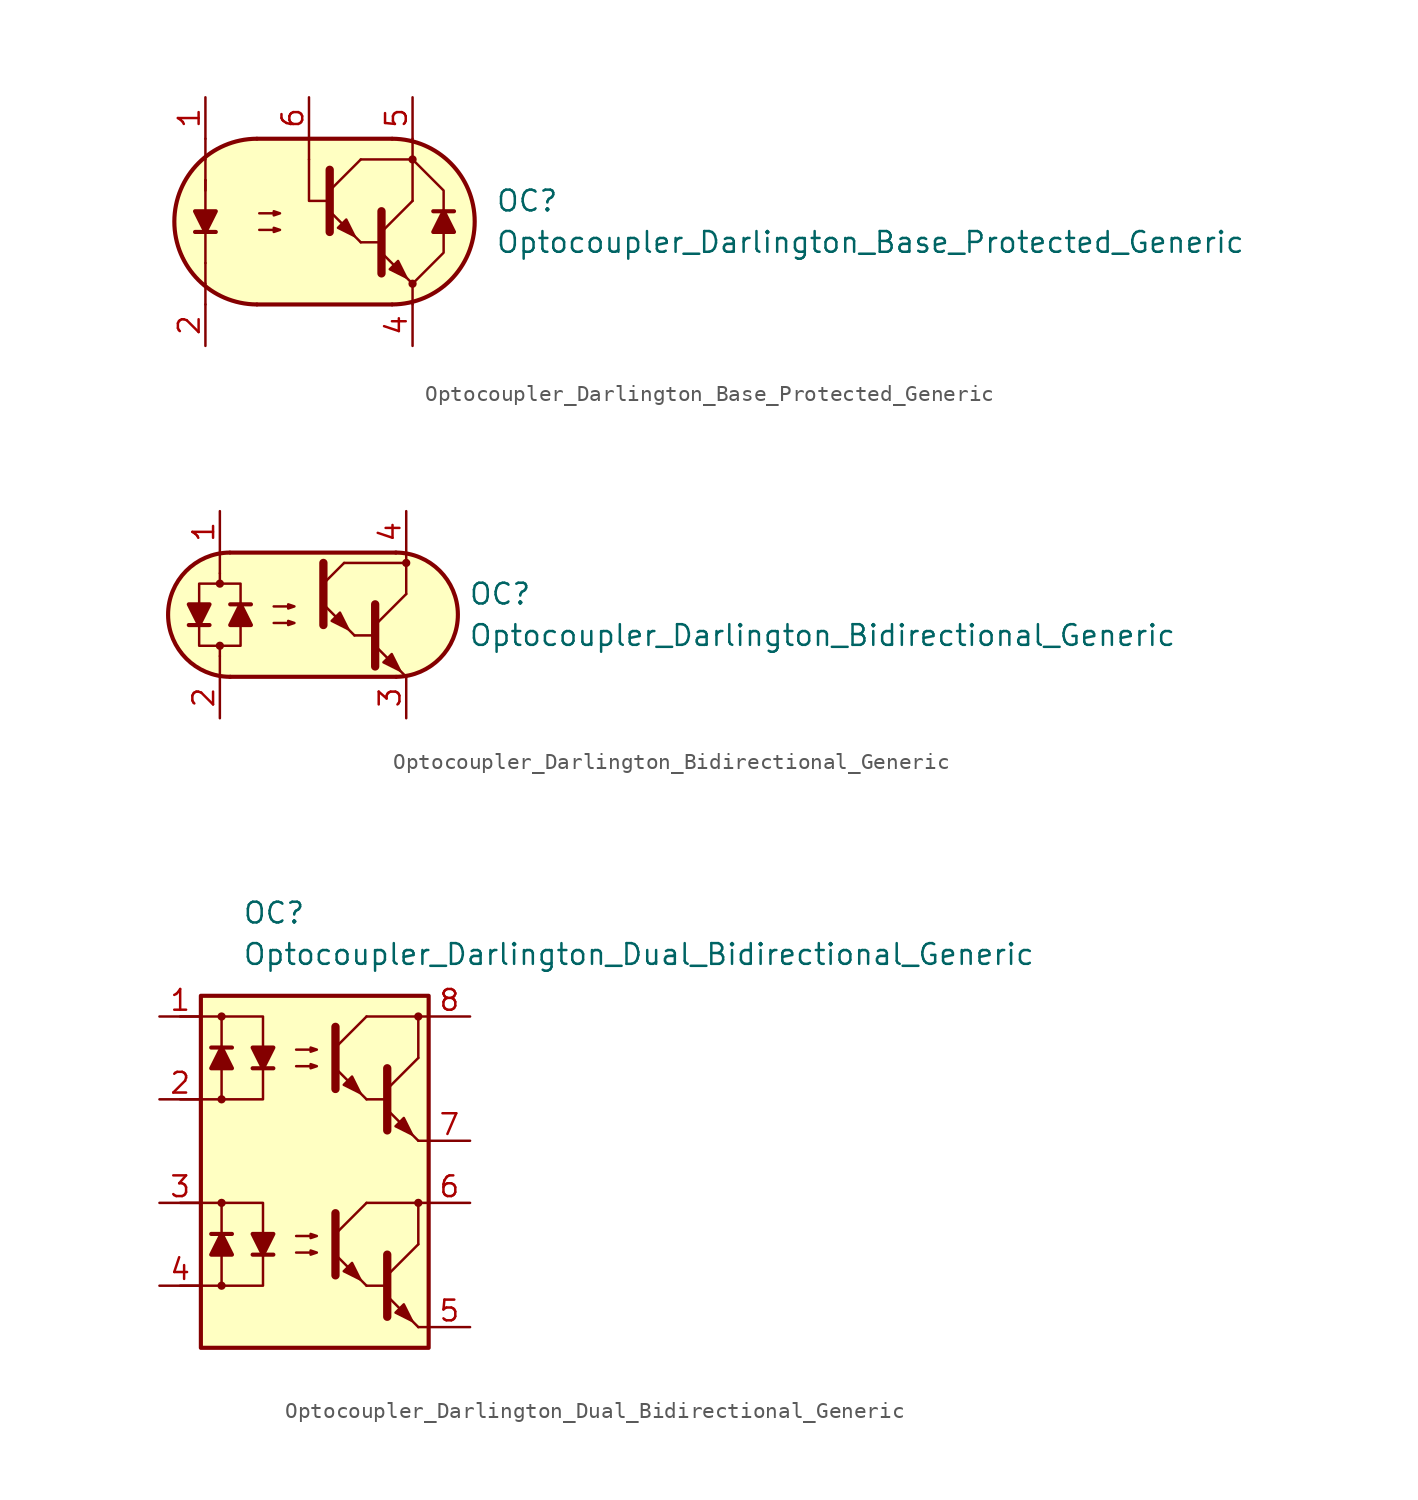
<source format=kicad_sym>
(kicad_symbol_lib
  (version 20211014)
  (generator kicad_symbol_editor)
  (symbol "Optocoupler_Darlington_Base_Protected_Generic"
    (pin_names
      (offset 1.016))
    (property "Reference" "OC"
      (at 10.16 1.27 0)
      (effects (font (size 1.27 1.27)) (justify left)))
    (property "Value" "Optocoupler_Darlington_Base_Protected_Generic"
      (at 10.16 -1.27 0)
      (effects (font (size 1.27 1.27)) (justify left)))
    (symbol "Optocoupler_Darlington_Base_Protected_Generic_0_1"
      (arc (start -4.4769 5.08) (mid -9.5251 0) (end -4.4769 -5.08) (stroke (width 0.254) (type default) (color 0 0 0 0)) (fill (type none)))
      (polyline (pts (xy -7.62 -3.81) (xy -7.62 -5.08)) (stroke (width 0.152) (type default) (color 0 0 0 0)) (fill (type none)))
      (polyline (pts (xy -7.62 -2.54) (xy -7.62 -3.81)) (stroke (width 0.152) (type default) (color 0 0 0 0)) (fill (type none)))
      (polyline (pts (xy -7.62 -2.54) (xy -7.62 2.54)) (stroke (width 0.152) (type default) (color 0 0 0 0)) (fill (type none)))
      (polyline (pts (xy -7.62 1.905) (xy -7.62 2.54)) (stroke (width 0.152) (type default) (color 0 0 0 0)) (fill (type none)))
      (polyline (pts (xy -7.62 2.54) (xy -7.62 3.81)) (stroke (width 0.152) (type default) (color 0 0 0 0)) (fill (type none)))
      (polyline (pts (xy -7.62 3.81) (xy -7.62 5.08)) (stroke (width 0.152) (type default) (color 0 0 0 0)) (fill (type none)))
      (polyline (pts (xy -4.445 -5.08) (xy 3.81 -5.08)) (stroke (width 0.254) (type default) (color 0 0 0 0)) (fill (type none)))
      (polyline (pts (xy -1.27 3.81) (xy -1.27 5.08)) (stroke (width 0.152) (type default) (color 0 0 0 0)) (fill (type none)))
      (polyline (pts (xy 1.905 -1.27) (xy 3.175 -1.27)) (stroke (width 0) (type default) (color 0 0 0 0)) (fill (type none)))
      (polyline (pts (xy 1.905 3.81) (xy 5.08 3.81)) (stroke (width 0.152) (type default) (color 0 0 0 0)) (fill (type none)))
      (polyline (pts (xy 3.175 -0.635) (xy 5.08 1.27)) (stroke (width 0) (type default) (color 0 0 0 0)) (fill (type none)))
      (polyline (pts (xy 3.81 5.08) (xy -4.445 5.08)) (stroke (width 0.254) (type default) (color 0 0 0 0)) (fill (type none)))
      (polyline (pts (xy 5.08 -3.81) (xy 3.175 -1.905)) (stroke (width 0) (type default) (color 0 0 0 0)) (fill (type outline)))
      (polyline (pts (xy 5.08 -3.81) (xy 5.08 -5.08)) (stroke (width 0.152) (type default) (color 0 0 0 0)) (fill (type none)))
      (polyline (pts (xy 5.08 1.27) (xy 5.08 3.81)) (stroke (width 0.152) (type default) (color 0 0 0 0)) (fill (type none)))
      (polyline (pts (xy 5.08 3.81) (xy 5.08 5.08)) (stroke (width 0.152) (type default) (color 0 0 0 0)) (fill (type none)))
      (polyline (pts (xy 7.62 0.635) (xy 6.35 0.635)) (stroke (width 0.254) (type default) (color 0 0 0 0)) (fill (type none)))
      (polyline (pts (xy 0 1.27) (xy -1.27 1.27) (xy -1.27 3.81)) (stroke (width 0.152) (type default) (color 0 0 0 0)) (fill (type none)))
      (polyline (pts (xy 3.175 0.635) (xy 3.175 -3.175) (xy 3.175 -3.175)) (stroke (width 0.508) (type default) (color 0 0 0 0)) (fill (type none)))
      (polyline (pts (xy 5.08 -3.81) (xy 6.985 -1.905) (xy 6.985 1.905) (xy 5.08 3.81)) (stroke (width 0.152) (type default) (color 0 0 0 0)) (fill (type none)))
      (polyline (pts (xy 6.985 0.635) (xy 7.62 -0.635) (xy 6.35 -0.635) (xy 6.985 0.635)) (stroke (width 0.254) (type default) (color 0 0 0 0)) (fill (type outline)))
      (polyline (pts (xy -4.318 -0.508) (xy -3.048 -0.508) (xy -3.429 -0.635) (xy -3.429 -0.381) (xy -3.048 -0.508)) (stroke (width 0) (type default) (color 0 0 0 0)) (fill (type none)))
      (polyline (pts (xy -4.318 0.508) (xy -3.048 0.508) (xy -3.429 0.381) (xy -3.429 0.635) (xy -3.048 0.508)) (stroke (width 0) (type default) (color 0 0 0 0)) (fill (type none)))
      (polyline (pts (xy 3.683 -2.921) (xy 4.191 -2.413) (xy 4.699 -3.429) (xy 3.683 -2.921) (xy 3.683 -2.921)) (stroke (width 0) (type default) (color 0 0 0 0)) (fill (type outline)))
      (polyline (pts (xy -4.445 5.08) (xy -5.588 4.953) (xy -6.604 4.572) (xy -7.874 3.81) (xy -8.763 2.794) (xy -9.271 1.524) (xy -9.525 0) (xy -9.271 -1.524) (xy -8.636 -2.794) (xy -8.128 -3.429) (xy -7.112 -4.318) (xy -6.35 -4.699) (xy -5.461 -4.953) (xy -4.445 -5.08) (xy 3.81 -5.08) (xy 5.08 -4.953) (xy 6.35 -4.445) (xy 7.366 -3.683) (xy 8.128 -2.667) (xy 8.636 -1.651) (xy 8.89 -0.381) (xy 8.89 0.635) (xy 8.636 1.651) (xy 8.001 2.921) (xy 6.858 4.064) (xy 5.715 4.699) (xy 4.445 5.08) (xy 3.81 5.08) (xy -4.445 5.08)) (stroke (width 0.01) (type default) (color 0 0 0 0)) (fill (type background)))
      (arc (start 3.8419 -5.08) (mid 8.8901 0) (end 3.8419 5.08) (stroke (width 0.254) (type default) (color 0 0 0 0)) (fill (type none))))
    (symbol "Optocoupler_Darlington_Base_Protected_Generic_1_1"
      (polyline (pts (xy -8.255 -0.635) (xy -6.985 -0.635)) (stroke (width 0.254) (type default) (color 0 0 0 0)) (fill (type none)))
      (polyline (pts (xy 0 1.905) (xy 1.905 3.81)) (stroke (width 0) (type default) (color 0 0 0 0)) (fill (type none)))
      (polyline (pts (xy 1.905 -1.27) (xy 0 0.635)) (stroke (width 0) (type default) (color 0 0 0 0)) (fill (type outline)))
      (polyline (pts (xy 0 3.175) (xy 0 -0.635) (xy 0 -0.635)) (stroke (width 0.508) (type default) (color 0 0 0 0)) (fill (type none)))
      (polyline (pts (xy -7.62 -0.635) (xy -8.255 0.635) (xy -6.985 0.635) (xy -7.62 -0.635)) (stroke (width 0.254) (type default) (color 0 0 0 0)) (fill (type outline)))
      (polyline (pts (xy 0.508 -0.381) (xy 1.016 0.127) (xy 1.524 -0.889) (xy 0.508 -0.381) (xy 0.508 -0.381)) (stroke (width 0) (type default) (color 0 0 0 0)) (fill (type outline)))
      (circle (center 5.08 -3.81) (radius 0.178) (stroke (width 0) (type default) (color 0 0 0 0)) (fill (type outline)))
      (circle (center 5.08 3.81) (radius 0.178) (stroke (width 0) (type default) (color 0 0 0 0)) (fill (type outline)))
      (pin passive line (at -7.62 7.62 270) (length 2.54) (name "~" (effects (font (size 1.27 1.27)))) (number "1" (effects (font (size 1.27 1.27)))))
      (pin passive line (at -7.62 -7.62 90) (length 2.54) (name "~" (effects (font (size 1.27 1.27)))) (number "2" (effects (font (size 1.27 1.27)))))
      (pin no_connect line (at 0 0 0) (length 2.54) hide (name "NC" (effects (font (size 1.27 1.27)))) (number "3" (effects (font (size 1.27 1.27)))))
      (pin passive line (at 5.08 -7.62 90) (length 2.54) (name "~" (effects (font (size 1.27 1.27)))) (number "4" (effects (font (size 1.27 1.27)))))
      (pin passive line (at 5.08 7.62 270) (length 2.54) (name "~" (effects (font (size 1.27 1.27)))) (number "5" (effects (font (size 1.27 1.27)))))
      (pin passive line (at -1.27 7.62 270) (length 2.54) (name "~" (effects (font (size 1.27 1.27)))) (number "6" (effects (font (size 1.27 1.27)))))))
  (symbol "Optocoupler_Darlington_Bidirectional_Generic"
    (pin_names
      (offset 1.016))
    (property "Reference" "OC"
      (at 10.16 1.27 0)
      (effects (font (size 1.27 1.27)) (justify left)))
    (property "Value" "Optocoupler_Darlington_Bidirectional_Generic"
      (at 10.16 -1.27 0)
      (effects (font (size 1.27 1.27)) (justify left)))
    (symbol "Optocoupler_Darlington_Bidirectional_Generic_0_1"
      (arc (start -4.4835 3.8099) (mid -8.2551 -0.016) (end -4.4516 -3.8101) (stroke (width 0.254) (type default) (color 0 0 0 0)) (fill (type none)))
      (polyline (pts (xy -5.08 -2.54) (xy -5.08 -3.81)) (stroke (width 0.152) (type default) (color 0 0 0 0)) (fill (type none)))
      (polyline (pts (xy -5.08 1.905) (xy -5.08 2.54)) (stroke (width 0.152) (type default) (color 0 0 0 0)) (fill (type none)))
      (polyline (pts (xy -5.08 2.54) (xy -5.08 3.81)) (stroke (width 0.152) (type default) (color 0 0 0 0)) (fill (type none)))
      (polyline (pts (xy -4.445 -3.81) (xy 5.715 -3.81)) (stroke (width 0.254) (type default) (color 0 0 0 0)) (fill (type none)))
      (polyline (pts (xy 2.54 3.175) (xy 6.35 3.175)) (stroke (width 0.152) (type default) (color 0 0 0 0)) (fill (type none)))
      (polyline (pts (xy 3.175 -1.27) (xy 4.445 -1.27)) (stroke (width 0) (type default) (color 0 0 0 0)) (fill (type none)))
      (polyline (pts (xy 4.445 -0.635) (xy 6.35 1.27)) (stroke (width 0) (type default) (color 0 0 0 0)) (fill (type none)))
      (polyline (pts (xy 5.715 3.81) (xy -4.445 3.81)) (stroke (width 0.254) (type default) (color 0 0 0 0)) (fill (type none)))
      (polyline (pts (xy 6.35 -3.81) (xy 4.445 -1.905)) (stroke (width 0) (type default) (color 0 0 0 0)) (fill (type outline)))
      (polyline (pts (xy 6.35 1.27) (xy 6.35 3.81)) (stroke (width 0.152) (type default) (color 0 0 0 0)) (fill (type none)))
      (polyline (pts (xy 4.445 0.635) (xy 4.445 -3.175) (xy 4.445 -3.175)) (stroke (width 0.508) (type default) (color 0 0 0 0)) (fill (type none)))
      (polyline (pts (xy -1.778 -0.508) (xy -0.508 -0.508) (xy -0.889 -0.635) (xy -0.889 -0.381) (xy -0.508 -0.508)) (stroke (width 0) (type default) (color 0 0 0 0)) (fill (type none)))
      (polyline (pts (xy -1.778 0.508) (xy -0.508 0.508) (xy -0.889 0.381) (xy -0.889 0.635) (xy -0.508 0.508)) (stroke (width 0) (type default) (color 0 0 0 0)) (fill (type none)))
      (polyline (pts (xy 4.953 -2.921) (xy 5.461 -2.413) (xy 5.969 -3.429) (xy 4.953 -2.921) (xy 4.953 -2.921)) (stroke (width 0) (type default) (color 0 0 0 0)) (fill (type outline)))
      (polyline (pts (xy -5.08 -2.54) (xy -5.08 -1.905) (xy -6.35 -1.905) (xy -6.35 1.905) (xy -3.81 1.905) (xy -3.81 -1.905) (xy -5.08 -1.905)) (stroke (width 0.152) (type default) (color 0 0 0 0)) (fill (type none)))
      (polyline (pts (xy 5.715 3.81) (xy -4.064 3.81) (xy -4.572 3.81) (xy -5.207 3.683) (xy -5.842 3.556) (xy -6.604 3.175) (xy -7.239 2.54) (xy -7.747 1.778) (xy -8.255 0.508) (xy -8.255 -0.508) (xy -8.001 -1.397) (xy -7.112 -2.667) (xy -6.096 -3.429) (xy -4.572 -3.81) (xy 6.096 -3.81) (xy 7.112 -3.556) (xy 8.128 -2.921) (xy 8.89 -2.159) (xy 9.271 -1.397) (xy 9.525 -0.127) (xy 9.398 0.889) (xy 9.144 1.651) (xy 8.763 2.286) (xy 8.255 2.794) (xy 7.62 3.302) (xy 6.731 3.683) (xy 5.715 3.81)) (stroke (width 0.01) (type default) (color 0 0 0 0)) (fill (type background)))
      (arc (start 5.7469 -3.81) (mid 9.5185 0.0159) (end 5.715 3.81) (stroke (width 0.254) (type default) (color 0 0 0 0)) (fill (type none))))
    (symbol "Optocoupler_Darlington_Bidirectional_Generic_1_1"
      (circle (center -5.08 -1.905) (radius 0.178) (stroke (width 0) (type default) (color 0 0 0 0)) (fill (type outline)))
      (circle (center -5.08 1.905) (radius 0.178) (stroke (width 0) (type default) (color 0 0 0 0)) (fill (type outline)))
      (polyline (pts (xy -6.985 -0.635) (xy -5.715 -0.635)) (stroke (width 0.254) (type default) (color 0 0 0 0)) (fill (type none)))
      (polyline (pts (xy -3.175 0.635) (xy -4.445 0.635)) (stroke (width 0.254) (type default) (color 0 0 0 0)) (fill (type none)))
      (polyline (pts (xy 1.27 1.905) (xy 2.54 3.175)) (stroke (width 0) (type default) (color 0 0 0 0)) (fill (type none)))
      (polyline (pts (xy 3.175 -1.27) (xy 1.27 0.635)) (stroke (width 0) (type default) (color 0 0 0 0)) (fill (type outline)))
      (polyline (pts (xy 1.27 3.175) (xy 1.27 -0.635) (xy 1.27 -0.635)) (stroke (width 0.508) (type default) (color 0 0 0 0)) (fill (type none)))
      (polyline (pts (xy -6.35 -0.635) (xy -6.985 0.635) (xy -5.715 0.635) (xy -6.35 -0.635)) (stroke (width 0.254) (type default) (color 0 0 0 0)) (fill (type outline)))
      (polyline (pts (xy -3.81 0.635) (xy -3.175 -0.635) (xy -4.445 -0.635) (xy -3.81 0.635)) (stroke (width 0.254) (type default) (color 0 0 0 0)) (fill (type outline)))
      (polyline (pts (xy 1.778 -0.381) (xy 2.286 0.127) (xy 2.794 -0.889) (xy 1.778 -0.381) (xy 1.778 -0.381)) (stroke (width 0) (type default) (color 0 0 0 0)) (fill (type outline)))
      (circle (center 6.35 3.175) (radius 0.178) (stroke (width 0) (type default) (color 0 0 0 0)) (fill (type outline)))
      (pin passive line (at -5.08 6.35 270) (length 2.54) (name "~" (effects (font (size 1.27 1.27)))) (number "1" (effects (font (size 1.27 1.27)))))
      (pin passive line (at -5.08 -6.35 90) (length 2.54) (name "~" (effects (font (size 1.27 1.27)))) (number "2" (effects (font (size 1.27 1.27)))))
      (pin passive line (at 6.35 -6.35 90) (length 2.54) (name "~" (effects (font (size 1.27 1.27)))) (number "3" (effects (font (size 1.27 1.27)))))
      (pin passive line (at 6.35 6.35 270) (length 2.54) (name "~" (effects (font (size 1.27 1.27)))) (number "4" (effects (font (size 1.27 1.27)))))))
  (symbol "Optocoupler_Darlington_Dual_Bidirectional_Generic"
    (pin_names
      (offset 1.016))
    (property "Reference" "OC"
      (at -3.81 15.24 0)
      (effects (font (size 1.27 1.27)) (justify left)))
    (property "Value" "Optocoupler_Darlington_Dual_Bidirectional_Generic"
      (at -3.81 12.7 0)
      (effects (font (size 1.27 1.27)) (justify left)))
    (symbol "Optocoupler_Darlington_Dual_Bidirectional_Generic_0_1"
      (rectangle (start -6.35 10.16) (end 7.62 -11.43) (stroke (width 0.254) (type default) (color 0 0 0 0)) (fill (type background)))
      (polyline (pts (xy 3.81 3.81) (xy 5.08 3.81)) (stroke (width 0) (type default) (color 0 0 0 0)) (fill (type none)))
      (polyline (pts (xy 5.08 4.445) (xy 6.985 6.35)) (stroke (width 0) (type default) (color 0 0 0 0)) (fill (type none)))
      (polyline (pts (xy 6.985 1.27) (xy 5.08 3.175)) (stroke (width 0) (type default) (color 0 0 0 0)) (fill (type outline)))
      (polyline (pts (xy 6.985 1.27) (xy 7.62 1.27)) (stroke (width 0) (type default) (color 0 0 0 0)) (fill (type none)))
      (polyline (pts (xy 6.985 6.35) (xy 6.985 8.89)) (stroke (width 0) (type default) (color 0 0 0 0)) (fill (type none)))
      (polyline (pts (xy 7.62 8.89) (xy 3.81 8.89)) (stroke (width 0) (type default) (color 0 0 0 0)) (fill (type none)))
      (polyline (pts (xy 5.08 5.715) (xy 5.08 1.905) (xy 5.08 1.905)) (stroke (width 0.508) (type default) (color 0 0 0 0)) (fill (type none)))
      (polyline (pts (xy -0.508 5.842) (xy 0.762 5.842) (xy 0.381 5.715) (xy 0.381 5.969) (xy 0.762 5.842)) (stroke (width 0) (type default) (color 0 0 0 0)) (fill (type none)))
      (polyline (pts (xy -0.508 6.858) (xy 0.762 6.858) (xy 0.381 6.731) (xy 0.381 6.985) (xy 0.762 6.858)) (stroke (width 0) (type default) (color 0 0 0 0)) (fill (type none)))
      (polyline (pts (xy 5.588 2.159) (xy 6.096 2.667) (xy 6.604 1.651) (xy 5.588 2.159) (xy 5.588 2.159)) (stroke (width 0) (type default) (color 0 0 0 0)) (fill (type outline)))
      (circle (center 6.985 8.89) (radius 0.178) (stroke (width 0) (type default) (color 0 0 0 0)) (fill (type outline))))
    (symbol "Optocoupler_Darlington_Dual_Bidirectional_Generic_1_1"
      (circle (center -5.08 -7.62) (radius 0.178) (stroke (width 0) (type default) (color 0 0 0 0)) (fill (type outline)))
      (circle (center -5.08 -2.54) (radius 0.178) (stroke (width 0) (type default) (color 0 0 0 0)) (fill (type outline)))
      (circle (center -5.08 3.81) (radius 0.178) (stroke (width 0) (type default) (color 0 0 0 0)) (fill (type outline)))
      (circle (center -5.08 8.89) (radius 0.178) (stroke (width 0) (type default) (color 0 0 0 0)) (fill (type outline)))
      (polyline (pts (xy -4.445 -4.445) (xy -5.715 -4.445)) (stroke (width 0.254) (type default) (color 0 0 0 0)) (fill (type none)))
      (polyline (pts (xy -4.445 6.985) (xy -5.715 6.985)) (stroke (width 0.254) (type default) (color 0 0 0 0)) (fill (type none)))
      (polyline (pts (xy -3.175 -5.715) (xy -1.905 -5.715)) (stroke (width 0.254) (type default) (color 0 0 0 0)) (fill (type none)))
      (polyline (pts (xy -3.175 5.715) (xy -1.905 5.715)) (stroke (width 0.254) (type default) (color 0 0 0 0)) (fill (type none)))
      (polyline (pts (xy 1.905 -4.445) (xy 3.81 -2.54)) (stroke (width 0) (type default) (color 0 0 0 0)) (fill (type none)))
      (polyline (pts (xy 1.905 6.985) (xy 3.81 8.89)) (stroke (width 0) (type default) (color 0 0 0 0)) (fill (type none)))
      (polyline (pts (xy 3.81 -7.62) (xy 1.905 -5.715)) (stroke (width 0) (type default) (color 0 0 0 0)) (fill (type outline)))
      (polyline (pts (xy 3.81 -7.62) (xy 5.08 -7.62)) (stroke (width 0) (type default) (color 0 0 0 0)) (fill (type none)))
      (polyline (pts (xy 3.81 3.81) (xy 1.905 5.715)) (stroke (width 0) (type default) (color 0 0 0 0)) (fill (type outline)))
      (polyline (pts (xy 5.08 -6.985) (xy 6.985 -5.08)) (stroke (width 0) (type default) (color 0 0 0 0)) (fill (type none)))
      (polyline (pts (xy 6.985 -10.16) (xy 5.08 -8.255)) (stroke (width 0) (type default) (color 0 0 0 0)) (fill (type outline)))
      (polyline (pts (xy 6.985 -10.16) (xy 7.62 -10.16)) (stroke (width 0) (type default) (color 0 0 0 0)) (fill (type none)))
      (polyline (pts (xy 6.985 -5.08) (xy 6.985 -2.54)) (stroke (width 0) (type default) (color 0 0 0 0)) (fill (type none)))
      (polyline (pts (xy 7.62 -2.54) (xy 3.81 -2.54)) (stroke (width 0) (type default) (color 0 0 0 0)) (fill (type none)))
      (polyline (pts (xy -7.62 -2.54) (xy -5.08 -2.54) (xy -5.08 -5.715)) (stroke (width 0) (type default) (color 0 0 0 0)) (fill (type none)))
      (polyline (pts (xy -7.62 8.89) (xy -5.08 8.89) (xy -5.08 5.715)) (stroke (width 0) (type default) (color 0 0 0 0)) (fill (type none)))
      (polyline (pts (xy -5.08 -5.715) (xy -5.08 -7.62) (xy -7.62 -7.62)) (stroke (width 0) (type default) (color 0 0 0 0)) (fill (type none)))
      (polyline (pts (xy -5.08 -2.54) (xy -2.54 -2.54) (xy -2.54 -5.715)) (stroke (width 0) (type default) (color 0 0 0 0)) (fill (type none)))
      (polyline (pts (xy -5.08 5.715) (xy -5.08 3.81) (xy -7.62 3.81)) (stroke (width 0) (type default) (color 0 0 0 0)) (fill (type none)))
      (polyline (pts (xy -5.08 8.89) (xy -2.54 8.89) (xy -2.54 5.715)) (stroke (width 0) (type default) (color 0 0 0 0)) (fill (type none)))
      (polyline (pts (xy -2.54 -5.715) (xy -2.54 -7.62) (xy -5.08 -7.62)) (stroke (width 0) (type default) (color 0 0 0 0)) (fill (type none)))
      (polyline (pts (xy -2.54 5.715) (xy -2.54 3.81) (xy -5.08 3.81)) (stroke (width 0) (type default) (color 0 0 0 0)) (fill (type none)))
      (polyline (pts (xy 1.905 -3.175) (xy 1.905 -6.985) (xy 1.905 -6.985)) (stroke (width 0.508) (type default) (color 0 0 0 0)) (fill (type none)))
      (polyline (pts (xy 1.905 8.255) (xy 1.905 4.445) (xy 1.905 4.445)) (stroke (width 0.508) (type default) (color 0 0 0 0)) (fill (type none)))
      (polyline (pts (xy 5.08 -5.715) (xy 5.08 -9.525) (xy 5.08 -9.525)) (stroke (width 0.508) (type default) (color 0 0 0 0)) (fill (type none)))
      (polyline (pts (xy -5.08 -4.445) (xy -4.445 -5.715) (xy -5.715 -5.715) (xy -5.08 -4.445)) (stroke (width 0.254) (type default) (color 0 0 0 0)) (fill (type outline)))
      (polyline (pts (xy -5.08 6.985) (xy -4.445 5.715) (xy -5.715 5.715) (xy -5.08 6.985)) (stroke (width 0.254) (type default) (color 0 0 0 0)) (fill (type outline)))
      (polyline (pts (xy -2.54 -5.715) (xy -3.175 -4.445) (xy -1.905 -4.445) (xy -2.54 -5.715)) (stroke (width 0.254) (type default) (color 0 0 0 0)) (fill (type outline)))
      (polyline (pts (xy -2.54 5.715) (xy -3.175 6.985) (xy -1.905 6.985) (xy -2.54 5.715)) (stroke (width 0.254) (type default) (color 0 0 0 0)) (fill (type outline)))
      (polyline (pts (xy -0.508 -5.588) (xy 0.762 -5.588) (xy 0.381 -5.715) (xy 0.381 -5.461) (xy 0.762 -5.588)) (stroke (width 0) (type default) (color 0 0 0 0)) (fill (type none)))
      (polyline (pts (xy -0.508 -4.572) (xy 0.762 -4.572) (xy 0.381 -4.699) (xy 0.381 -4.445) (xy 0.762 -4.572)) (stroke (width 0) (type default) (color 0 0 0 0)) (fill (type none)))
      (polyline (pts (xy 2.413 -6.731) (xy 2.921 -6.223) (xy 3.429 -7.239) (xy 2.413 -6.731) (xy 2.413 -6.731)) (stroke (width 0) (type default) (color 0 0 0 0)) (fill (type outline)))
      (polyline (pts (xy 2.413 4.699) (xy 2.921 5.207) (xy 3.429 4.191) (xy 2.413 4.699) (xy 2.413 4.699)) (stroke (width 0) (type default) (color 0 0 0 0)) (fill (type outline)))
      (polyline (pts (xy 5.588 -9.271) (xy 6.096 -8.763) (xy 6.604 -9.779) (xy 5.588 -9.271) (xy 5.588 -9.271)) (stroke (width 0) (type default) (color 0 0 0 0)) (fill (type outline)))
      (circle (center 6.985 -2.54) (radius 0.178) (stroke (width 0) (type default) (color 0 0 0 0)) (fill (type outline)))
      (pin passive line (at -8.89 8.89 0) (length 2.54) (name "~" (effects (font (size 1.27 1.27)))) (number "1" (effects (font (size 1.27 1.27)))))
      (pin passive line (at -8.89 3.81 0) (length 2.54) (name "~" (effects (font (size 1.27 1.27)))) (number "2" (effects (font (size 1.27 1.27)))))
      (pin passive line (at -8.89 -2.54 0) (length 2.54) (name "~" (effects (font (size 1.27 1.27)))) (number "3" (effects (font (size 1.27 1.27)))))
      (pin passive line (at -8.89 -7.62 0) (length 2.54) (name "~" (effects (font (size 1.27 1.27)))) (number "4" (effects (font (size 1.27 1.27)))))
      (pin passive line (at 10.16 -10.16 180) (length 2.54) (name "~" (effects (font (size 1.27 1.27)))) (number "5" (effects (font (size 1.27 1.27)))))
      (pin passive line (at 10.16 -2.54 180) (length 2.54) (name "~" (effects (font (size 1.27 1.27)))) (number "6" (effects (font (size 1.27 1.27)))))
      (pin passive line (at 10.16 1.27 180) (length 2.54) (name "~" (effects (font (size 1.27 1.27)))) (number "7" (effects (font (size 1.27 1.27)))))
      (pin passive line (at 10.16 8.89 180) (length 2.54) (name "~" (effects (font (size 1.27 1.27)))) (number "8" (effects (font (size 1.27 1.27))))))))
</source>
